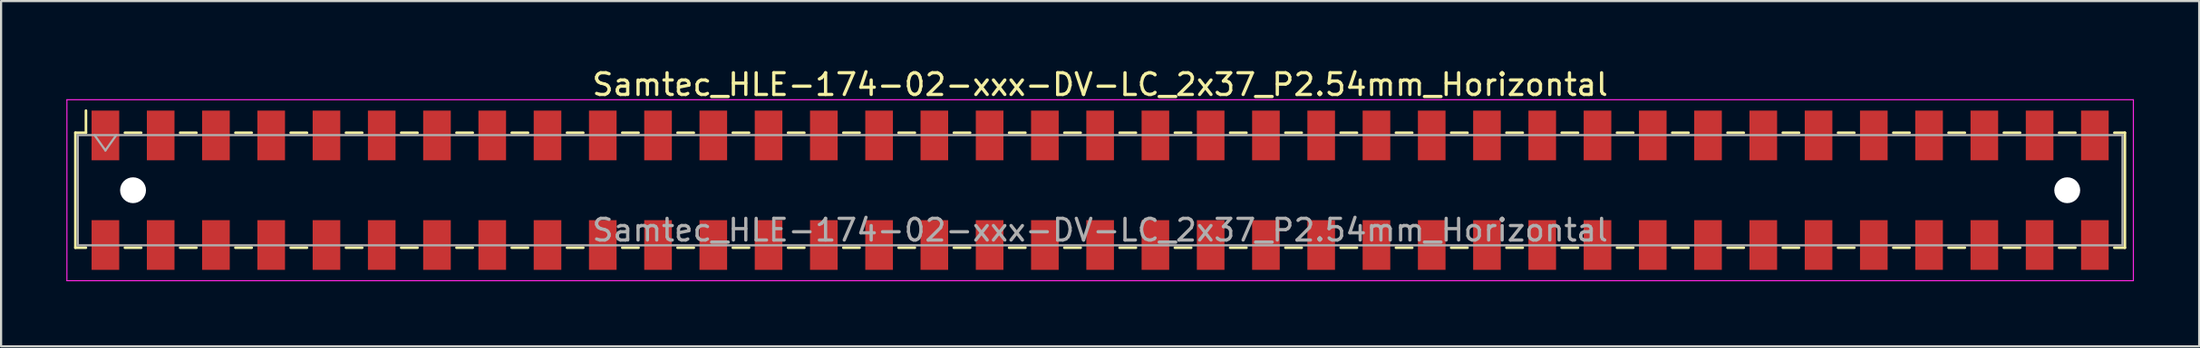
<source format=kicad_pcb>
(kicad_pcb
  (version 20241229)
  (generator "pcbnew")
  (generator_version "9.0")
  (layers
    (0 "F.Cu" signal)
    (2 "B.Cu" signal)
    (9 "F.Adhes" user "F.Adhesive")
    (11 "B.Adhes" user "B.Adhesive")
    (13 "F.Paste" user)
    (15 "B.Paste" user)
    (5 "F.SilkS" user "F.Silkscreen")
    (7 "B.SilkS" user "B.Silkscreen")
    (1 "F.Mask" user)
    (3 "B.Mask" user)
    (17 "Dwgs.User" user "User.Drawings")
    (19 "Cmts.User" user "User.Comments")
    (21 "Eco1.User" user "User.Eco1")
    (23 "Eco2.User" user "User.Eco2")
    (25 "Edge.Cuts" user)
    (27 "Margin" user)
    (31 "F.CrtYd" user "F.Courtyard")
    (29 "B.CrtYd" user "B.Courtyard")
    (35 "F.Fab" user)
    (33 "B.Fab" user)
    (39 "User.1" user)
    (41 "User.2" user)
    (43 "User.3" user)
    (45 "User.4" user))
  (footprint "Samtec_HLE-174-02-xxx-DV-LC_2x37_P2.54mm_Horizontal"
    (layer "F.Cu")
    (at 47.515 5.718)
    (property "Reference" "Samtec_HLE-174-02-xxx-DV-LC_2x37_P2.54mm_Horizontal" (at 0 -4.87 0) (layer "F.SilkS") (effects (font (size 1 1) (thickness 0.15))))
    (attr smd)
    (fp_line (start -47.1 -2.65) (end -47.1 2.65) (stroke (width 0.12) (type solid)) (layer "F.SilkS"))
    (fp_line (start -47.1 2.65) (end -46.615 2.65) (stroke (width 0.12) (type solid)) (layer "F.SilkS"))
    (fp_line (start -46.615 -3.67) (end -46.615 -2.65) (stroke (width 0.12) (type solid)) (layer "F.SilkS"))
    (fp_line (start -46.615 -2.65) (end -47.1 -2.65) (stroke (width 0.12) (type solid)) (layer "F.SilkS"))
    (fp_line (start -44.825 -2.65) (end -44.075 -2.65) (stroke (width 0.12) (type solid)) (layer "F.SilkS"))
    (fp_line (start -44.825 2.65) (end -44.075 2.65) (stroke (width 0.12) (type solid)) (layer "F.SilkS"))
    (fp_line (start -42.285 -2.65) (end -41.535 -2.65) (stroke (width 0.12) (type solid)) (layer "F.SilkS"))
    (fp_line (start -42.285 2.65) (end -41.535 2.65) (stroke (width 0.12) (type solid)) (layer "F.SilkS"))
    (fp_line (start -39.745 -2.65) (end -38.995 -2.65) (stroke (width 0.12) (type solid)) (layer "F.SilkS"))
    (fp_line (start -39.745 2.65) (end -38.995 2.65) (stroke (width 0.12) (type solid)) (layer "F.SilkS"))
    (fp_line (start -37.205 -2.65) (end -36.455 -2.65) (stroke (width 0.12) (type solid)) (layer "F.SilkS"))
    (fp_line (start -37.205 2.65) (end -36.455 2.65) (stroke (width 0.12) (type solid)) (layer "F.SilkS"))
    (fp_line (start -34.665 -2.65) (end -33.915 -2.65) (stroke (width 0.12) (type solid)) (layer "F.SilkS"))
    (fp_line (start -34.665 2.65) (end -33.915 2.65) (stroke (width 0.12) (type solid)) (layer "F.SilkS"))
    (fp_line (start -32.125 -2.65) (end -31.375 -2.65) (stroke (width 0.12) (type solid)) (layer "F.SilkS"))
    (fp_line (start -32.125 2.65) (end -31.375 2.65) (stroke (width 0.12) (type solid)) (layer "F.SilkS"))
    (fp_line (start -29.585 -2.65) (end -28.835 -2.65) (stroke (width 0.12) (type solid)) (layer "F.SilkS"))
    (fp_line (start -29.585 2.65) (end -28.835 2.65) (stroke (width 0.12) (type solid)) (layer "F.SilkS"))
    (fp_line (start -27.045 -2.65) (end -26.295 -2.65) (stroke (width 0.12) (type solid)) (layer "F.SilkS"))
    (fp_line (start -27.045 2.65) (end -26.295 2.65) (stroke (width 0.12) (type solid)) (layer "F.SilkS"))
    (fp_line (start -24.505 -2.65) (end -23.755 -2.65) (stroke (width 0.12) (type solid)) (layer "F.SilkS"))
    (fp_line (start -24.505 2.65) (end -23.755 2.65) (stroke (width 0.12) (type solid)) (layer "F.SilkS"))
    (fp_line (start -21.965 -2.65) (end -21.215 -2.65) (stroke (width 0.12) (type solid)) (layer "F.SilkS"))
    (fp_line (start -21.965 2.65) (end -21.215 2.65) (stroke (width 0.12) (type solid)) (layer "F.SilkS"))
    (fp_line (start -19.425 -2.65) (end -18.675 -2.65) (stroke (width 0.12) (type solid)) (layer "F.SilkS"))
    (fp_line (start -19.425 2.65) (end -18.675 2.65) (stroke (width 0.12) (type solid)) (layer "F.SilkS"))
    (fp_line (start -16.885 -2.65) (end -16.135 -2.65) (stroke (width 0.12) (type solid)) (layer "F.SilkS"))
    (fp_line (start -16.885 2.65) (end -16.135 2.65) (stroke (width 0.12) (type solid)) (layer "F.SilkS"))
    (fp_line (start -14.345 -2.65) (end -13.595 -2.65) (stroke (width 0.12) (type solid)) (layer "F.SilkS"))
    (fp_line (start -14.345 2.65) (end -13.595 2.65) (stroke (width 0.12) (type solid)) (layer "F.SilkS"))
    (fp_line (start -11.805 -2.65) (end -11.055 -2.65) (stroke (width 0.12) (type solid)) (layer "F.SilkS"))
    (fp_line (start -11.805 2.65) (end -11.055 2.65) (stroke (width 0.12) (type solid)) (layer "F.SilkS"))
    (fp_line (start -9.265 -2.65) (end -8.515 -2.65) (stroke (width 0.12) (type solid)) (layer "F.SilkS"))
    (fp_line (start -9.265 2.65) (end -8.515 2.65) (stroke (width 0.12) (type solid)) (layer "F.SilkS"))
    (fp_line (start -6.725 -2.65) (end -5.975 -2.65) (stroke (width 0.12) (type solid)) (layer "F.SilkS"))
    (fp_line (start -6.725 2.65) (end -5.975 2.65) (stroke (width 0.12) (type solid)) (layer "F.SilkS"))
    (fp_line (start -4.185 -2.65) (end -3.435 -2.65) (stroke (width 0.12) (type solid)) (layer "F.SilkS"))
    (fp_line (start -4.185 2.65) (end -3.435 2.65) (stroke (width 0.12) (type solid)) (layer "F.SilkS"))
    (fp_line (start -1.645 -2.65) (end -0.895 -2.65) (stroke (width 0.12) (type solid)) (layer "F.SilkS"))
    (fp_line (start -1.645 2.65) (end -0.895 2.65) (stroke (width 0.12) (type solid)) (layer "F.SilkS"))
    (fp_line (start 0.895 -2.65) (end 1.645 -2.65) (stroke (width 0.12) (type solid)) (layer "F.SilkS"))
    (fp_line (start 0.895 2.65) (end 1.645 2.65) (stroke (width 0.12) (type solid)) (layer "F.SilkS"))
    (fp_line (start 3.435 -2.65) (end 4.185 -2.65) (stroke (width 0.12) (type solid)) (layer "F.SilkS"))
    (fp_line (start 3.435 2.65) (end 4.185 2.65) (stroke (width 0.12) (type solid)) (layer "F.SilkS"))
    (fp_line (start 5.975 -2.65) (end 6.725 -2.65) (stroke (width 0.12) (type solid)) (layer "F.SilkS"))
    (fp_line (start 5.975 2.65) (end 6.725 2.65) (stroke (width 0.12) (type solid)) (layer "F.SilkS"))
    (fp_line (start 8.515 -2.65) (end 9.265 -2.65) (stroke (width 0.12) (type solid)) (layer "F.SilkS"))
    (fp_line (start 8.515 2.65) (end 9.265 2.65) (stroke (width 0.12) (type solid)) (layer "F.SilkS"))
    (fp_line (start 11.055 -2.65) (end 11.805 -2.65) (stroke (width 0.12) (type solid)) (layer "F.SilkS"))
    (fp_line (start 11.055 2.65) (end 11.805 2.65) (stroke (width 0.12) (type solid)) (layer "F.SilkS"))
    (fp_line (start 13.595 -2.65) (end 14.345 -2.65) (stroke (width 0.12) (type solid)) (layer "F.SilkS"))
    (fp_line (start 13.595 2.65) (end 14.345 2.65) (stroke (width 0.12) (type solid)) (layer "F.SilkS"))
    (fp_line (start 16.135 -2.65) (end 16.885 -2.65) (stroke (width 0.12) (type solid)) (layer "F.SilkS"))
    (fp_line (start 16.135 2.65) (end 16.885 2.65) (stroke (width 0.12) (type solid)) (layer "F.SilkS"))
    (fp_line (start 18.675 -2.65) (end 19.425 -2.65) (stroke (width 0.12) (type solid)) (layer "F.SilkS"))
    (fp_line (start 18.675 2.65) (end 19.425 2.65) (stroke (width 0.12) (type solid)) (layer "F.SilkS"))
    (fp_line (start 21.215 -2.65) (end 21.965 -2.65) (stroke (width 0.12) (type solid)) (layer "F.SilkS"))
    (fp_line (start 21.215 2.65) (end 21.965 2.65) (stroke (width 0.12) (type solid)) (layer "F.SilkS"))
    (fp_line (start 23.755 -2.65) (end 24.505 -2.65) (stroke (width 0.12) (type solid)) (layer "F.SilkS"))
    (fp_line (start 23.755 2.65) (end 24.505 2.65) (stroke (width 0.12) (type solid)) (layer "F.SilkS"))
    (fp_line (start 26.295 -2.65) (end 27.045 -2.65) (stroke (width 0.12) (type solid)) (layer "F.SilkS"))
    (fp_line (start 26.295 2.65) (end 27.045 2.65) (stroke (width 0.12) (type solid)) (layer "F.SilkS"))
    (fp_line (start 28.835 -2.65) (end 29.585 -2.65) (stroke (width 0.12) (type solid)) (layer "F.SilkS"))
    (fp_line (start 28.835 2.65) (end 29.585 2.65) (stroke (width 0.12) (type solid)) (layer "F.SilkS"))
    (fp_line (start 31.375 -2.65) (end 32.125 -2.65) (stroke (width 0.12) (type solid)) (layer "F.SilkS"))
    (fp_line (start 31.375 2.65) (end 32.125 2.65) (stroke (width 0.12) (type solid)) (layer "F.SilkS"))
    (fp_line (start 33.915 -2.65) (end 34.665 -2.65) (stroke (width 0.12) (type solid)) (layer "F.SilkS"))
    (fp_line (start 33.915 2.65) (end 34.665 2.65) (stroke (width 0.12) (type solid)) (layer "F.SilkS"))
    (fp_line (start 36.455 -2.65) (end 37.205 -2.65) (stroke (width 0.12) (type solid)) (layer "F.SilkS"))
    (fp_line (start 36.455 2.65) (end 37.205 2.65) (stroke (width 0.12) (type solid)) (layer "F.SilkS"))
    (fp_line (start 38.995 -2.65) (end 39.745 -2.65) (stroke (width 0.12) (type solid)) (layer "F.SilkS"))
    (fp_line (start 38.995 2.65) (end 39.745 2.65) (stroke (width 0.12) (type solid)) (layer "F.SilkS"))
    (fp_line (start 41.535 -2.65) (end 42.285 -2.65) (stroke (width 0.12) (type solid)) (layer "F.SilkS"))
    (fp_line (start 41.535 2.65) (end 42.285 2.65) (stroke (width 0.12) (type solid)) (layer "F.SilkS"))
    (fp_line (start 44.075 -2.65) (end 44.825 -2.65) (stroke (width 0.12) (type solid)) (layer "F.SilkS"))
    (fp_line (start 44.075 2.65) (end 44.825 2.65) (stroke (width 0.12) (type solid)) (layer "F.SilkS"))
    (fp_line (start 46.615 -2.65) (end 47.1 -2.65) (stroke (width 0.12) (type solid)) (layer "F.SilkS"))
    (fp_line (start 47.1 -2.65) (end 47.1 2.65) (stroke (width 0.12) (type solid)) (layer "F.SilkS"))
    (fp_line (start 47.1 2.65) (end 46.615 2.65) (stroke (width 0.12) (type solid)) (layer "F.SilkS"))
    (fp_line (start -47.49 -4.17) (end 47.49 -4.17) (stroke (width 0.05) (type solid)) (layer "F.CrtYd"))
    (fp_line (start -47.49 4.17) (end -47.49 -4.17) (stroke (width 0.05) (type solid)) (layer "F.CrtYd"))
    (fp_line (start 47.49 -4.17) (end 47.49 4.17) (stroke (width 0.05) (type solid)) (layer "F.CrtYd"))
    (fp_line (start 47.49 4.17) (end -47.49 4.17) (stroke (width 0.05) (type solid)) (layer "F.CrtYd"))
    (fp_line (start -46.99 -2.54) (end 46.99 -2.54) (stroke (width 0.1) (type solid)) (layer "F.Fab"))
    (fp_line (start -46.99 2.54) (end -46.99 -2.54) (stroke (width 0.1) (type solid)) (layer "F.Fab"))
    (fp_line (start -46.22 -2.54) (end -45.72 -1.833) (stroke (width 0.1) (type solid)) (layer "F.Fab"))
    (fp_line (start -45.72 -1.833) (end -45.22 -2.54) (stroke (width 0.1) (type solid)) (layer "F.Fab"))
    (fp_line (start 46.99 -2.54) (end 46.99 2.54) (stroke (width 0.1) (type solid)) (layer "F.Fab"))
    (fp_line (start 46.99 2.54) (end -46.99 2.54) (stroke (width 0.1) (type solid)) (layer "F.Fab"))
    (fp_text user "${REFERENCE}" (at 0 1.84 0) (layer "F.Fab") (effects (font (size 1 1) (thickness 0.15))))
    (pad "" np_thru_hole circle (at -44.45 0) (size 1.19 1.19) (drill 1.19) (layers "*.Cu" "*.Mask"))
    (pad "" np_thru_hole circle (at 44.45 0) (size 1.19 1.19) (drill 1.19) (layers "*.Cu" "*.Mask"))
    (pad "1" smd rect (at -45.72 -2.525) (size 1.27 2.29) (layers "F.Cu" "F.Mask" "F.Paste"))
    (pad "2" smd rect (at -45.72 2.525) (size 1.27 2.29) (layers "F.Cu" "F.Mask" "F.Paste"))
    (pad "3" smd rect (at -43.18 -2.525) (size 1.27 2.29) (layers "F.Cu" "F.Mask" "F.Paste"))
    (pad "4" smd rect (at -43.18 2.525) (size 1.27 2.29) (layers "F.Cu" "F.Mask" "F.Paste"))
    (pad "5" smd rect (at -40.64 -2.525) (size 1.27 2.29) (layers "F.Cu" "F.Mask" "F.Paste"))
    (pad "6" smd rect (at -40.64 2.525) (size 1.27 2.29) (layers "F.Cu" "F.Mask" "F.Paste"))
    (pad "7" smd rect (at -38.1 -2.525) (size 1.27 2.29) (layers "F.Cu" "F.Mask" "F.Paste"))
    (pad "8" smd rect (at -38.1 2.525) (size 1.27 2.29) (layers "F.Cu" "F.Mask" "F.Paste"))
    (pad "9" smd rect (at -35.56 -2.525) (size 1.27 2.29) (layers "F.Cu" "F.Mask" "F.Paste"))
    (pad "10" smd rect (at -35.56 2.525) (size 1.27 2.29) (layers "F.Cu" "F.Mask" "F.Paste"))
    (pad "11" smd rect (at -33.02 -2.525) (size 1.27 2.29) (layers "F.Cu" "F.Mask" "F.Paste"))
    (pad "12" smd rect (at -33.02 2.525) (size 1.27 2.29) (layers "F.Cu" "F.Mask" "F.Paste"))
    (pad "13" smd rect (at -30.48 -2.525) (size 1.27 2.29) (layers "F.Cu" "F.Mask" "F.Paste"))
    (pad "14" smd rect (at -30.48 2.525) (size 1.27 2.29) (layers "F.Cu" "F.Mask" "F.Paste"))
    (pad "15" smd rect (at -27.94 -2.525) (size 1.27 2.29) (layers "F.Cu" "F.Mask" "F.Paste"))
    (pad "16" smd rect (at -27.94 2.525) (size 1.27 2.29) (layers "F.Cu" "F.Mask" "F.Paste"))
    (pad "17" smd rect (at -25.4 -2.525) (size 1.27 2.29) (layers "F.Cu" "F.Mask" "F.Paste"))
    (pad "18" smd rect (at -25.4 2.525) (size 1.27 2.29) (layers "F.Cu" "F.Mask" "F.Paste"))
    (pad "19" smd rect (at -22.86 -2.525) (size 1.27 2.29) (layers "F.Cu" "F.Mask" "F.Paste"))
    (pad "20" smd rect (at -22.86 2.525) (size 1.27 2.29) (layers "F.Cu" "F.Mask" "F.Paste"))
    (pad "21" smd rect (at -20.32 -2.525) (size 1.27 2.29) (layers "F.Cu" "F.Mask" "F.Paste"))
    (pad "22" smd rect (at -20.32 2.525) (size 1.27 2.29) (layers "F.Cu" "F.Mask" "F.Paste"))
    (pad "23" smd rect (at -17.78 -2.525) (size 1.27 2.29) (layers "F.Cu" "F.Mask" "F.Paste"))
    (pad "24" smd rect (at -17.78 2.525) (size 1.27 2.29) (layers "F.Cu" "F.Mask" "F.Paste"))
    (pad "25" smd rect (at -15.24 -2.525) (size 1.27 2.29) (layers "F.Cu" "F.Mask" "F.Paste"))
    (pad "26" smd rect (at -15.24 2.525) (size 1.27 2.29) (layers "F.Cu" "F.Mask" "F.Paste"))
    (pad "27" smd rect (at -12.7 -2.525) (size 1.27 2.29) (layers "F.Cu" "F.Mask" "F.Paste"))
    (pad "28" smd rect (at -12.7 2.525) (size 1.27 2.29) (layers "F.Cu" "F.Mask" "F.Paste"))
    (pad "29" smd rect (at -10.16 -2.525) (size 1.27 2.29) (layers "F.Cu" "F.Mask" "F.Paste"))
    (pad "30" smd rect (at -10.16 2.525) (size 1.27 2.29) (layers "F.Cu" "F.Mask" "F.Paste"))
    (pad "31" smd rect (at -7.62 -2.525) (size 1.27 2.29) (layers "F.Cu" "F.Mask" "F.Paste"))
    (pad "32" smd rect (at -7.62 2.525) (size 1.27 2.29) (layers "F.Cu" "F.Mask" "F.Paste"))
    (pad "33" smd rect (at -5.08 -2.525) (size 1.27 2.29) (layers "F.Cu" "F.Mask" "F.Paste"))
    (pad "34" smd rect (at -5.08 2.525) (size 1.27 2.29) (layers "F.Cu" "F.Mask" "F.Paste"))
    (pad "35" smd rect (at -2.54 -2.525) (size 1.27 2.29) (layers "F.Cu" "F.Mask" "F.Paste"))
    (pad "36" smd rect (at -2.54 2.525) (size 1.27 2.29) (layers "F.Cu" "F.Mask" "F.Paste"))
    (pad "37" smd rect (at 0 -2.525) (size 1.27 2.29) (layers "F.Cu" "F.Mask" "F.Paste"))
    (pad "38" smd rect (at 0 2.525) (size 1.27 2.29) (layers "F.Cu" "F.Mask" "F.Paste"))
    (pad "39" smd rect (at 2.54 -2.525) (size 1.27 2.29) (layers "F.Cu" "F.Mask" "F.Paste"))
    (pad "40" smd rect (at 2.54 2.525) (size 1.27 2.29) (layers "F.Cu" "F.Mask" "F.Paste"))
    (pad "41" smd rect (at 5.08 -2.525) (size 1.27 2.29) (layers "F.Cu" "F.Mask" "F.Paste"))
    (pad "42" smd rect (at 5.08 2.525) (size 1.27 2.29) (layers "F.Cu" "F.Mask" "F.Paste"))
    (pad "43" smd rect (at 7.62 -2.525) (size 1.27 2.29) (layers "F.Cu" "F.Mask" "F.Paste"))
    (pad "44" smd rect (at 7.62 2.525) (size 1.27 2.29) (layers "F.Cu" "F.Mask" "F.Paste"))
    (pad "45" smd rect (at 10.16 -2.525) (size 1.27 2.29) (layers "F.Cu" "F.Mask" "F.Paste"))
    (pad "46" smd rect (at 10.16 2.525) (size 1.27 2.29) (layers "F.Cu" "F.Mask" "F.Paste"))
    (pad "47" smd rect (at 12.7 -2.525) (size 1.27 2.29) (layers "F.Cu" "F.Mask" "F.Paste"))
    (pad "48" smd rect (at 12.7 2.525) (size 1.27 2.29) (layers "F.Cu" "F.Mask" "F.Paste"))
    (pad "49" smd rect (at 15.24 -2.525) (size 1.27 2.29) (layers "F.Cu" "F.Mask" "F.Paste"))
    (pad "50" smd rect (at 15.24 2.525) (size 1.27 2.29) (layers "F.Cu" "F.Mask" "F.Paste"))
    (pad "51" smd rect (at 17.78 -2.525) (size 1.27 2.29) (layers "F.Cu" "F.Mask" "F.Paste"))
    (pad "52" smd rect (at 17.78 2.525) (size 1.27 2.29) (layers "F.Cu" "F.Mask" "F.Paste"))
    (pad "53" smd rect (at 20.32 -2.525) (size 1.27 2.29) (layers "F.Cu" "F.Mask" "F.Paste"))
    (pad "54" smd rect (at 20.32 2.525) (size 1.27 2.29) (layers "F.Cu" "F.Mask" "F.Paste"))
    (pad "55" smd rect (at 22.86 -2.525) (size 1.27 2.29) (layers "F.Cu" "F.Mask" "F.Paste"))
    (pad "56" smd rect (at 22.86 2.525) (size 1.27 2.29) (layers "F.Cu" "F.Mask" "F.Paste"))
    (pad "57" smd rect (at 25.4 -2.525) (size 1.27 2.29) (layers "F.Cu" "F.Mask" "F.Paste"))
    (pad "58" smd rect (at 25.4 2.525) (size 1.27 2.29) (layers "F.Cu" "F.Mask" "F.Paste"))
    (pad "59" smd rect (at 27.94 -2.525) (size 1.27 2.29) (layers "F.Cu" "F.Mask" "F.Paste"))
    (pad "60" smd rect (at 27.94 2.525) (size 1.27 2.29) (layers "F.Cu" "F.Mask" "F.Paste"))
    (pad "61" smd rect (at 30.48 -2.525) (size 1.27 2.29) (layers "F.Cu" "F.Mask" "F.Paste"))
    (pad "62" smd rect (at 30.48 2.525) (size 1.27 2.29) (layers "F.Cu" "F.Mask" "F.Paste"))
    (pad "63" smd rect (at 33.02 -2.525) (size 1.27 2.29) (layers "F.Cu" "F.Mask" "F.Paste"))
    (pad "64" smd rect (at 33.02 2.525) (size 1.27 2.29) (layers "F.Cu" "F.Mask" "F.Paste"))
    (pad "65" smd rect (at 35.56 -2.525) (size 1.27 2.29) (layers "F.Cu" "F.Mask" "F.Paste"))
    (pad "66" smd rect (at 35.56 2.525) (size 1.27 2.29) (layers "F.Cu" "F.Mask" "F.Paste"))
    (pad "67" smd rect (at 38.1 -2.525) (size 1.27 2.29) (layers "F.Cu" "F.Mask" "F.Paste"))
    (pad "68" smd rect (at 38.1 2.525) (size 1.27 2.29) (layers "F.Cu" "F.Mask" "F.Paste"))
    (pad "69" smd rect (at 40.64 -2.525) (size 1.27 2.29) (layers "F.Cu" "F.Mask" "F.Paste"))
    (pad "70" smd rect (at 40.64 2.525) (size 1.27 2.29) (layers "F.Cu" "F.Mask" "F.Paste"))
    (pad "71" smd rect (at 43.18 -2.525) (size 1.27 2.29) (layers "F.Cu" "F.Mask" "F.Paste"))
    (pad "72" smd rect (at 43.18 2.525) (size 1.27 2.29) (layers "F.Cu" "F.Mask" "F.Paste"))
    (pad "73" smd rect (at 45.72 -2.525) (size 1.27 2.29) (layers "F.Cu" "F.Mask" "F.Paste"))
    (pad "74" smd rect (at 45.72 2.525) (size 1.27 2.29) (layers "F.Cu" "F.Mask" "F.Paste")))
  (gr_rect
    (start -3 -3)
    (end 98.03 12.913)
    (stroke (width 0.1) (type default))
    (fill no)
    (layer "Edge.Cuts")))
</source>
